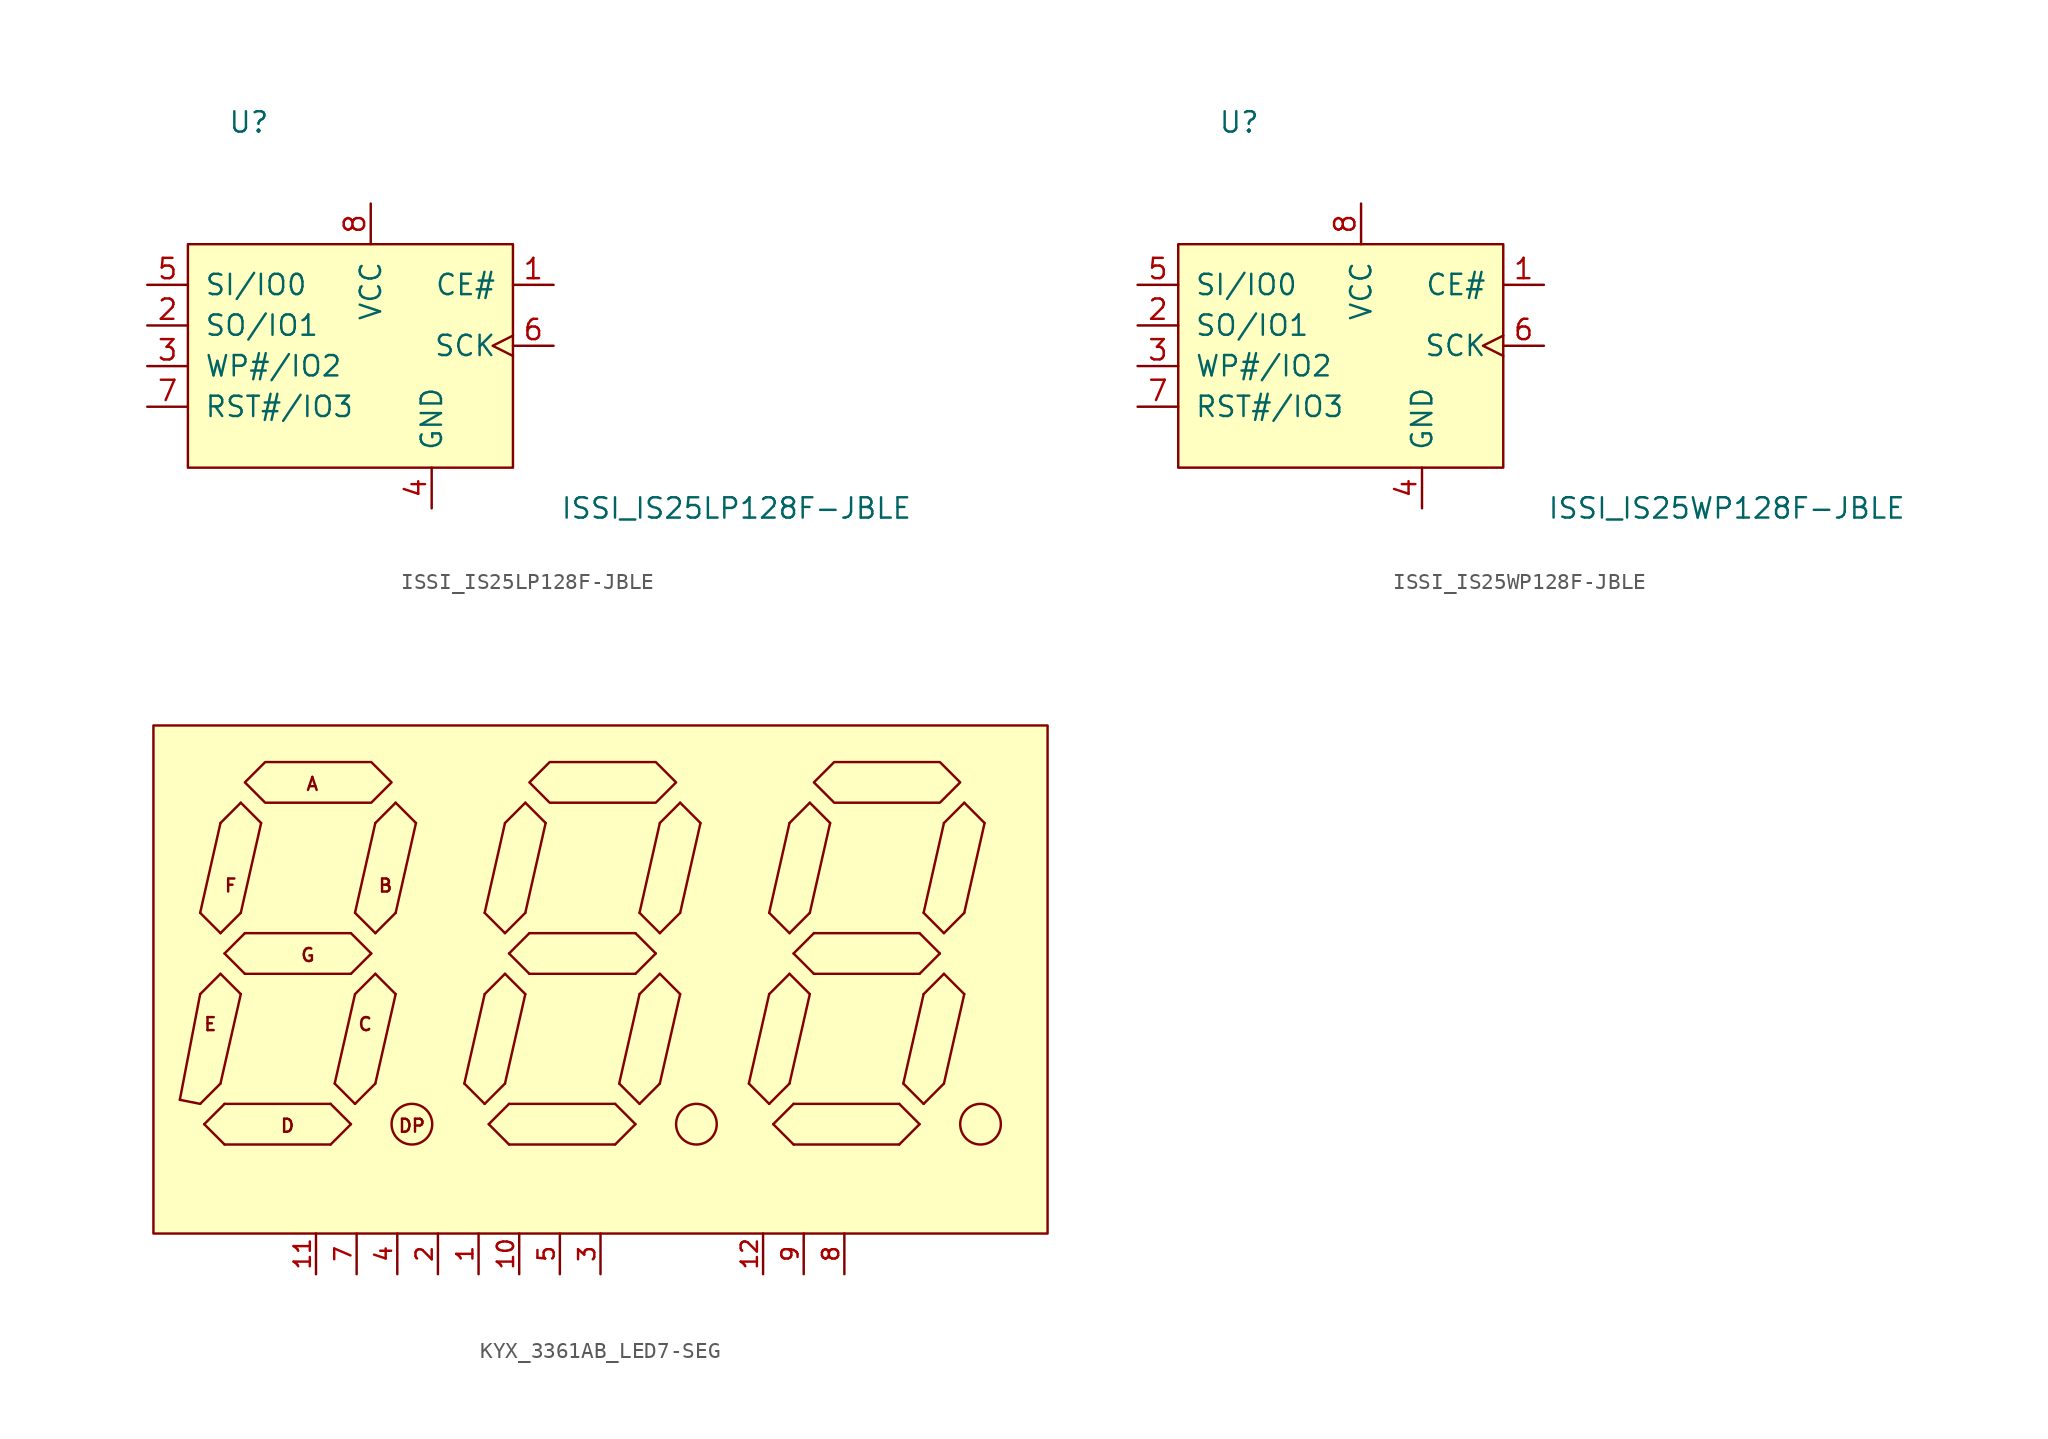
<source format=kicad_sym>
(kicad_symbol_lib
  (version 20211014)
  (generator kicad_symbol_editor)
  (symbol "ISSI_IS25LP128F-JBLE"
    (pin_names
      (offset 1.016))
    (property "Reference" "U"
      (at -6.35 15.24 0)
      (effects (font (size 1.27 1.27))))
    (property "Value" "ISSI_IS25LP128F-JBLE"
      (at 24.13 -8.89 0)
      (effects (font (size 1.27 1.27))))
    (symbol "ISSI_IS25LP128F-JBLE_0_1"
      (rectangle (start -10.16 7.62) (end 10.16 -6.35) (stroke (width 0) (type default) (color 0 0 0 0)) (fill (type background))))
    (symbol "ISSI_IS25LP128F-JBLE_1_1"
      (pin input line (at 12.7 5.08 180) (length 2.54) (name "CE#" (effects (font (size 1.27 1.27)))) (number "1" (effects (font (size 1.27 1.27)))))
      (pin bidirectional line (at -12.7 2.54 0) (length 2.54) (name "SO/IO1" (effects (font (size 1.27 1.27)))) (number "2" (effects (font (size 1.27 1.27)))))
      (pin bidirectional line (at -12.7 0 0) (length 2.54) (name "WP#/IO2" (effects (font (size 1.27 1.27)))) (number "3" (effects (font (size 1.27 1.27)))))
      (pin power_in line (at 5.08 -8.89 90) (length 2.54) (name "GND" (effects (font (size 1.27 1.27)))) (number "4" (effects (font (size 1.27 1.27)))))
      (pin bidirectional line (at -12.7 5.08 0) (length 2.54) (name "SI/IO0" (effects (font (size 1.27 1.27)))) (number "5" (effects (font (size 1.27 1.27)))))
      (pin input clock (at 12.7 1.27 180) (length 2.54) (name "SCK" (effects (font (size 1.27 1.27)))) (number "6" (effects (font (size 1.27 1.27)))))
      (pin bidirectional line (at -12.7 -2.54 0) (length 2.54) (name "RST#/IO3" (effects (font (size 1.27 1.27)))) (number "7" (effects (font (size 1.27 1.27)))))
      (pin power_in line (at 1.27 10.16 270) (length 2.54) (name "VCC" (effects (font (size 1.27 1.27)))) (number "8" (effects (font (size 1.27 1.27)))))))
  (symbol "ISSI_IS25WP128F-JBLE"
    (pin_names
      (offset 1.016))
    (property "Reference" "U"
      (at -6.35 15.24 0)
      (effects (font (size 1.27 1.27))))
    (property "Value" "ISSI_IS25WP128F-JBLE"
      (at 24.13 -8.89 0)
      (effects (font (size 1.27 1.27))))
    (symbol "ISSI_IS25WP128F-JBLE_0_1"
      (rectangle (start -10.16 7.62) (end 10.16 -6.35) (stroke (width 0) (type default) (color 0 0 0 0)) (fill (type background))))
    (symbol "ISSI_IS25WP128F-JBLE_1_1"
      (pin input line (at 12.7 5.08 180) (length 2.54) (name "CE#" (effects (font (size 1.27 1.27)))) (number "1" (effects (font (size 1.27 1.27)))))
      (pin bidirectional line (at -12.7 2.54 0) (length 2.54) (name "SO/IO1" (effects (font (size 1.27 1.27)))) (number "2" (effects (font (size 1.27 1.27)))))
      (pin bidirectional line (at -12.7 0 0) (length 2.54) (name "WP#/IO2" (effects (font (size 1.27 1.27)))) (number "3" (effects (font (size 1.27 1.27)))))
      (pin power_in line (at 5.08 -8.89 90) (length 2.54) (name "GND" (effects (font (size 1.27 1.27)))) (number "4" (effects (font (size 1.27 1.27)))))
      (pin bidirectional line (at -12.7 5.08 0) (length 2.54) (name "SI/IO0" (effects (font (size 1.27 1.27)))) (number "5" (effects (font (size 1.27 1.27)))))
      (pin input clock (at 12.7 1.27 180) (length 2.54) (name "SCK" (effects (font (size 1.27 1.27)))) (number "6" (effects (font (size 1.27 1.27)))))
      (pin bidirectional line (at -12.7 -2.54 0) (length 2.54) (name "RST#/IO3" (effects (font (size 1.27 1.27)))) (number "7" (effects (font (size 1.27 1.27)))))
      (pin power_in line (at 1.27 10.16 270) (length 2.54) (name "VCC" (effects (font (size 1.27 1.27)))) (number "8" (effects (font (size 1.27 1.27)))))))
  (symbol "KYX_3361AB_LED7-SEG"
    (pin_names
      (offset 1.016) hide)
    (property "Reference" "DISP"
      (at 0 20.32 0)
      (effects (font (size 1.143 1.143)) hide))
    (symbol "KYX_3361AB_LED7-SEG_1_0"
      (polyline (pts (xy -26.289 -6.883) (xy -25.019 -7.137)) (stroke (width 0) (type default) (color 0 0 0 0)) (fill (type none)))
      (polyline (pts (xy -25.019 -7.137) (xy -23.749 -5.867)) (stroke (width 0) (type default) (color 0 0 0 0)) (fill (type none)))
      (polyline (pts (xy -25.019 -0.279) (xy -26.289 -6.883)) (stroke (width 0) (type default) (color 0 0 0 0)) (fill (type none)))
      (polyline (pts (xy -25.019 4.801) (xy -23.749 3.531)) (stroke (width 0) (type default) (color 0 0 0 0)) (fill (type none)))
      (polyline (pts (xy -24.765 -8.407) (xy -23.495 -9.677)) (stroke (width 0) (type default) (color 0 0 0 0)) (fill (type none)))
      (polyline (pts (xy -24.765 -8.407) (xy -23.495 -7.137)) (stroke (width 0) (type default) (color 0 0 0 0)) (fill (type none)))
      (polyline (pts (xy -23.749 -5.867) (xy -22.479 -0.279)) (stroke (width 0) (type default) (color 0 0 0 0)) (fill (type none)))
      (polyline (pts (xy -23.749 0.991) (xy -25.019 -0.279)) (stroke (width 0) (type default) (color 0 0 0 0)) (fill (type none)))
      (polyline (pts (xy -23.749 0.991) (xy -22.479 -0.279)) (stroke (width 0) (type default) (color 0 0 0 0)) (fill (type none)))
      (polyline (pts (xy -23.749 3.531) (xy -22.479 4.801)) (stroke (width 0) (type default) (color 0 0 0 0)) (fill (type none)))
      (polyline (pts (xy -23.749 10.414) (xy -25.019 4.801)) (stroke (width 0) (type default) (color 0 0 0 0)) (fill (type none)))
      (polyline (pts (xy -23.495 -9.677) (xy -16.866 -9.677)) (stroke (width 0) (type default) (color 0 0 0 0)) (fill (type none)))
      (polyline (pts (xy -23.495 2.261) (xy -22.225 0.991)) (stroke (width 0) (type default) (color 0 0 0 0)) (fill (type none)))
      (polyline (pts (xy -23.495 2.261) (xy -22.225 3.531)) (stroke (width 0) (type default) (color 0 0 0 0)) (fill (type none)))
      (polyline (pts (xy -22.479 4.801) (xy -21.209 10.414)) (stroke (width 0) (type default) (color 0 0 0 0)) (fill (type none)))
      (polyline (pts (xy -22.479 11.684) (xy -23.749 10.414)) (stroke (width 0) (type default) (color 0 0 0 0)) (fill (type none)))
      (polyline (pts (xy -22.479 11.684) (xy -21.209 10.414)) (stroke (width 0) (type default) (color 0 0 0 0)) (fill (type none)))
      (polyline (pts (xy -22.225 0.991) (xy -15.596 0.991)) (stroke (width 0) (type default) (color 0 0 0 0)) (fill (type none)))
      (polyline (pts (xy -16.866 -9.677) (xy -15.596 -8.407)) (stroke (width 0) (type default) (color 0 0 0 0)) (fill (type none)))
      (polyline (pts (xy -16.866 -7.137) (xy -23.495 -7.137)) (stroke (width 0) (type default) (color 0 0 0 0)) (fill (type none)))
      (polyline (pts (xy -16.612 -5.867) (xy -15.342 -7.137)) (stroke (width 0) (type default) (color 0 0 0 0)) (fill (type none)))
      (polyline (pts (xy -15.596 -8.407) (xy -16.866 -7.137)) (stroke (width 0) (type default) (color 0 0 0 0)) (fill (type none)))
      (polyline (pts (xy -15.596 0.991) (xy -14.326 2.261)) (stroke (width 0) (type default) (color 0 0 0 0)) (fill (type none)))
      (polyline (pts (xy -15.596 3.531) (xy -22.225 3.531)) (stroke (width 0) (type default) (color 0 0 0 0)) (fill (type none)))
      (polyline (pts (xy -15.342 -7.137) (xy -14.072 -5.867)) (stroke (width 0) (type default) (color 0 0 0 0)) (fill (type none)))
      (polyline (pts (xy -15.342 -0.279) (xy -16.612 -5.867)) (stroke (width 0) (type default) (color 0 0 0 0)) (fill (type none)))
      (polyline (pts (xy -15.342 4.801) (xy -14.072 3.531)) (stroke (width 0) (type default) (color 0 0 0 0)) (fill (type none)))
      (polyline (pts (xy -14.326 2.261) (xy -15.596 3.531)) (stroke (width 0) (type default) (color 0 0 0 0)) (fill (type none)))
      (polyline (pts (xy -14.072 -5.867) (xy -12.802 -0.279)) (stroke (width 0) (type default) (color 0 0 0 0)) (fill (type none)))
      (polyline (pts (xy -14.072 0.991) (xy -15.342 -0.279)) (stroke (width 0) (type default) (color 0 0 0 0)) (fill (type none)))
      (polyline (pts (xy -14.072 0.991) (xy -12.802 -0.279)) (stroke (width 0) (type default) (color 0 0 0 0)) (fill (type none)))
      (polyline (pts (xy -14.072 3.531) (xy -12.802 4.801)) (stroke (width 0) (type default) (color 0 0 0 0)) (fill (type none)))
      (polyline (pts (xy -14.072 10.414) (xy -15.342 4.801)) (stroke (width 0) (type default) (color 0 0 0 0)) (fill (type none)))
      (polyline (pts (xy -12.802 4.801) (xy -11.532 10.414)) (stroke (width 0) (type default) (color 0 0 0 0)) (fill (type none)))
      (polyline (pts (xy -12.802 11.684) (xy -14.072 10.414)) (stroke (width 0) (type default) (color 0 0 0 0)) (fill (type none)))
      (polyline (pts (xy -12.802 11.684) (xy -11.532 10.414)) (stroke (width 0) (type default) (color 0 0 0 0)) (fill (type none)))
      (polyline (pts (xy -8.509 -5.867) (xy -7.239 -7.137)) (stroke (width 0) (type default) (color 0 0 0 0)) (fill (type none)))
      (polyline (pts (xy -7.239 -7.137) (xy -5.969 -5.867)) (stroke (width 0) (type default) (color 0 0 0 0)) (fill (type none)))
      (polyline (pts (xy -7.239 -0.279) (xy -8.509 -5.867)) (stroke (width 0) (type default) (color 0 0 0 0)) (fill (type none)))
      (polyline (pts (xy -7.239 4.801) (xy -5.969 3.531)) (stroke (width 0) (type default) (color 0 0 0 0)) (fill (type none)))
      (polyline (pts (xy -6.985 -8.407) (xy -5.715 -9.677)) (stroke (width 0) (type default) (color 0 0 0 0)) (fill (type none)))
      (polyline (pts (xy -6.985 -8.407) (xy -5.715 -7.137)) (stroke (width 0) (type default) (color 0 0 0 0)) (fill (type none)))
      (polyline (pts (xy -5.969 -5.867) (xy -4.699 -0.279)) (stroke (width 0) (type default) (color 0 0 0 0)) (fill (type none)))
      (polyline (pts (xy -5.969 0.991) (xy -7.239 -0.279)) (stroke (width 0) (type default) (color 0 0 0 0)) (fill (type none)))
      (polyline (pts (xy -5.969 0.991) (xy -4.699 -0.279)) (stroke (width 0) (type default) (color 0 0 0 0)) (fill (type none)))
      (polyline (pts (xy -5.969 3.531) (xy -4.699 4.801)) (stroke (width 0) (type default) (color 0 0 0 0)) (fill (type none)))
      (polyline (pts (xy -5.969 10.414) (xy -7.239 4.801)) (stroke (width 0) (type default) (color 0 0 0 0)) (fill (type none)))
      (polyline (pts (xy -5.715 -9.677) (xy 0.914 -9.677)) (stroke (width 0) (type default) (color 0 0 0 0)) (fill (type none)))
      (polyline (pts (xy -5.715 2.261) (xy -4.445 0.991)) (stroke (width 0) (type default) (color 0 0 0 0)) (fill (type none)))
      (polyline (pts (xy -5.715 2.261) (xy -4.445 3.531)) (stroke (width 0) (type default) (color 0 0 0 0)) (fill (type none)))
      (polyline (pts (xy -4.699 4.801) (xy -3.429 10.414)) (stroke (width 0) (type default) (color 0 0 0 0)) (fill (type none)))
      (polyline (pts (xy -4.699 11.684) (xy -5.969 10.414)) (stroke (width 0) (type default) (color 0 0 0 0)) (fill (type none)))
      (polyline (pts (xy -4.699 11.684) (xy -3.429 10.414)) (stroke (width 0) (type default) (color 0 0 0 0)) (fill (type none)))
      (polyline (pts (xy -4.445 0.991) (xy 2.184 0.991)) (stroke (width 0) (type default) (color 0 0 0 0)) (fill (type none)))
      (polyline (pts (xy 0.914 -9.677) (xy 2.184 -8.407)) (stroke (width 0) (type default) (color 0 0 0 0)) (fill (type none)))
      (polyline (pts (xy 0.914 -7.137) (xy -5.715 -7.137)) (stroke (width 0) (type default) (color 0 0 0 0)) (fill (type none)))
      (polyline (pts (xy 1.168 -5.867) (xy 2.438 -7.137)) (stroke (width 0) (type default) (color 0 0 0 0)) (fill (type none)))
      (polyline (pts (xy 2.184 -8.407) (xy 0.914 -7.137)) (stroke (width 0) (type default) (color 0 0 0 0)) (fill (type none)))
      (polyline (pts (xy 2.184 0.991) (xy 3.454 2.261)) (stroke (width 0) (type default) (color 0 0 0 0)) (fill (type none)))
      (polyline (pts (xy 2.184 3.531) (xy -4.445 3.531)) (stroke (width 0) (type default) (color 0 0 0 0)) (fill (type none)))
      (polyline (pts (xy 2.438 -7.137) (xy 3.708 -5.867)) (stroke (width 0) (type default) (color 0 0 0 0)) (fill (type none)))
      (polyline (pts (xy 2.438 -0.279) (xy 1.168 -5.867)) (stroke (width 0) (type default) (color 0 0 0 0)) (fill (type none)))
      (polyline (pts (xy 2.438 4.801) (xy 3.708 3.531)) (stroke (width 0) (type default) (color 0 0 0 0)) (fill (type none)))
      (polyline (pts (xy 3.454 2.261) (xy 2.184 3.531)) (stroke (width 0) (type default) (color 0 0 0 0)) (fill (type none)))
      (polyline (pts (xy 3.708 -5.867) (xy 4.978 -0.279)) (stroke (width 0) (type default) (color 0 0 0 0)) (fill (type none)))
      (polyline (pts (xy 3.708 0.991) (xy 2.438 -0.279)) (stroke (width 0) (type default) (color 0 0 0 0)) (fill (type none)))
      (polyline (pts (xy 3.708 0.991) (xy 4.978 -0.279)) (stroke (width 0) (type default) (color 0 0 0 0)) (fill (type none)))
      (polyline (pts (xy 3.708 3.531) (xy 4.978 4.801)) (stroke (width 0) (type default) (color 0 0 0 0)) (fill (type none)))
      (polyline (pts (xy 3.708 10.414) (xy 2.438 4.801)) (stroke (width 0) (type default) (color 0 0 0 0)) (fill (type none)))
      (polyline (pts (xy 4.978 4.801) (xy 6.248 10.414)) (stroke (width 0) (type default) (color 0 0 0 0)) (fill (type none)))
      (polyline (pts (xy 4.978 11.684) (xy 3.708 10.414)) (stroke (width 0) (type default) (color 0 0 0 0)) (fill (type none)))
      (polyline (pts (xy 4.978 11.684) (xy 6.248 10.414)) (stroke (width 0) (type default) (color 0 0 0 0)) (fill (type none)))
      (polyline (pts (xy 9.271 -5.867) (xy 10.541 -7.137)) (stroke (width 0) (type default) (color 0 0 0 0)) (fill (type none)))
      (polyline (pts (xy 10.541 -7.137) (xy 11.811 -5.867)) (stroke (width 0) (type default) (color 0 0 0 0)) (fill (type none)))
      (polyline (pts (xy 10.541 -0.279) (xy 9.271 -5.867)) (stroke (width 0) (type default) (color 0 0 0 0)) (fill (type none)))
      (polyline (pts (xy 10.541 4.801) (xy 11.811 3.531)) (stroke (width 0) (type default) (color 0 0 0 0)) (fill (type none)))
      (polyline (pts (xy 10.795 -8.407) (xy 12.065 -9.677)) (stroke (width 0) (type default) (color 0 0 0 0)) (fill (type none)))
      (polyline (pts (xy 10.795 -8.407) (xy 12.065 -7.137)) (stroke (width 0) (type default) (color 0 0 0 0)) (fill (type none)))
      (polyline (pts (xy 11.811 -5.867) (xy 13.081 -0.279)) (stroke (width 0) (type default) (color 0 0 0 0)) (fill (type none)))
      (polyline (pts (xy 11.811 0.991) (xy 10.541 -0.279)) (stroke (width 0) (type default) (color 0 0 0 0)) (fill (type none)))
      (polyline (pts (xy 11.811 0.991) (xy 13.081 -0.279)) (stroke (width 0) (type default) (color 0 0 0 0)) (fill (type none)))
      (polyline (pts (xy 11.811 3.531) (xy 13.081 4.801)) (stroke (width 0) (type default) (color 0 0 0 0)) (fill (type none)))
      (polyline (pts (xy 11.811 10.414) (xy 10.541 4.801)) (stroke (width 0) (type default) (color 0 0 0 0)) (fill (type none)))
      (polyline (pts (xy 12.065 -9.677) (xy 18.669 -9.677)) (stroke (width 0) (type default) (color 0 0 0 0)) (fill (type none)))
      (polyline (pts (xy 12.065 2.261) (xy 13.335 0.991)) (stroke (width 0) (type default) (color 0 0 0 0)) (fill (type none)))
      (polyline (pts (xy 12.065 2.261) (xy 13.335 3.531)) (stroke (width 0) (type default) (color 0 0 0 0)) (fill (type none)))
      (polyline (pts (xy 13.081 4.801) (xy 14.351 10.414)) (stroke (width 0) (type default) (color 0 0 0 0)) (fill (type none)))
      (polyline (pts (xy 13.081 11.684) (xy 11.811 10.414)) (stroke (width 0) (type default) (color 0 0 0 0)) (fill (type none)))
      (polyline (pts (xy 13.081 11.684) (xy 14.351 10.414)) (stroke (width 0) (type default) (color 0 0 0 0)) (fill (type none)))
      (polyline (pts (xy 13.335 0.991) (xy 19.939 0.991)) (stroke (width 0) (type default) (color 0 0 0 0)) (fill (type none)))
      (polyline (pts (xy 18.669 -9.677) (xy 19.939 -8.407)) (stroke (width 0) (type default) (color 0 0 0 0)) (fill (type none)))
      (polyline (pts (xy 18.669 -7.137) (xy 12.065 -7.137)) (stroke (width 0) (type default) (color 0 0 0 0)) (fill (type none)))
      (polyline (pts (xy 18.923 -5.867) (xy 20.193 -7.137)) (stroke (width 0) (type default) (color 0 0 0 0)) (fill (type none)))
      (polyline (pts (xy 19.939 -8.407) (xy 18.669 -7.137)) (stroke (width 0) (type default) (color 0 0 0 0)) (fill (type none)))
      (polyline (pts (xy 19.939 0.991) (xy 21.209 2.261)) (stroke (width 0) (type default) (color 0 0 0 0)) (fill (type none)))
      (polyline (pts (xy 19.939 3.531) (xy 13.335 3.531)) (stroke (width 0) (type default) (color 0 0 0 0)) (fill (type none)))
      (polyline (pts (xy 20.193 -7.137) (xy 21.463 -5.867)) (stroke (width 0) (type default) (color 0 0 0 0)) (fill (type none)))
      (polyline (pts (xy 20.193 -0.279) (xy 18.923 -5.867)) (stroke (width 0) (type default) (color 0 0 0 0)) (fill (type none)))
      (polyline (pts (xy 20.193 4.801) (xy 21.463 3.531)) (stroke (width 0) (type default) (color 0 0 0 0)) (fill (type none)))
      (polyline (pts (xy 21.209 2.261) (xy 19.939 3.531)) (stroke (width 0) (type default) (color 0 0 0 0)) (fill (type none)))
      (polyline (pts (xy 21.463 -5.867) (xy 22.733 -0.279)) (stroke (width 0) (type default) (color 0 0 0 0)) (fill (type none)))
      (polyline (pts (xy 21.463 0.991) (xy 20.193 -0.279)) (stroke (width 0) (type default) (color 0 0 0 0)) (fill (type none)))
      (polyline (pts (xy 21.463 0.991) (xy 22.733 -0.279)) (stroke (width 0) (type default) (color 0 0 0 0)) (fill (type none)))
      (polyline (pts (xy 21.463 3.531) (xy 22.733 4.801)) (stroke (width 0) (type default) (color 0 0 0 0)) (fill (type none)))
      (polyline (pts (xy 21.463 10.414) (xy 20.193 4.801)) (stroke (width 0) (type default) (color 0 0 0 0)) (fill (type none)))
      (polyline (pts (xy 22.733 4.801) (xy 24.003 10.414)) (stroke (width 0) (type default) (color 0 0 0 0)) (fill (type none)))
      (polyline (pts (xy 22.733 11.684) (xy 21.463 10.414)) (stroke (width 0) (type default) (color 0 0 0 0)) (fill (type none)))
      (polyline (pts (xy 22.733 11.684) (xy 24.003 10.414)) (stroke (width 0) (type default) (color 0 0 0 0)) (fill (type none)))
      (text "A" (at -18.009 12.852 0) (effects (font (size 0.813 0.813))))
      (text "B" (at -13.437 6.502 0) (effects (font (size 0.813 0.813))))
      (text "C" (at -14.707 -2.159 0) (effects (font (size 0.813 0.813))))
      (text "D" (at -19.558 -8.509 0) (effects (font (size 0.813 0.813))))
      (text "DP" (at -11.786 -8.509 0) (effects (font (size 0.813 0.813))))
      (text "E" (at -24.384 -2.159 0) (effects (font (size 0.813 0.813))))
      (text "F" (at -23.114 6.502 0) (effects (font (size 0.813 0.813))))
      (text "G" (at -18.288 2.159 0) (effects (font (size 0.813 0.813)))))
    (symbol "KYX_3361AB_LED7-SEG_1_1"
      (circle (center -11.786 -8.407) (radius 1.27) (stroke (width 0) (type default) (color 0 0 0 0)) (fill (type none)))
      (polyline (pts (xy -27.94 16.51) (xy 27.94 16.51) (xy 27.94 5.08) (xy 27.94 -15.24) (xy -27.94 -15.24) (xy -27.94 0) (xy -27.94 16.51)) (stroke (width 0) (type default) (color 0 0 0 0)) (fill (type background)))
      (polyline (pts (xy -14.326 14.224) (xy -13.056 12.954) (xy -14.326 11.684) (xy -20.955 11.684) (xy -22.225 12.954) (xy -20.955 14.224) (xy -14.326 14.224)) (stroke (width 0) (type default) (color 0 0 0 0)) (fill (type background)))
      (polyline (pts (xy 3.454 14.224) (xy 4.724 12.954) (xy 3.454 11.684) (xy -3.175 11.684) (xy -4.445 12.954) (xy -3.175 14.224) (xy 3.454 14.224)) (stroke (width 0) (type default) (color 0 0 0 0)) (fill (type background)))
      (polyline (pts (xy 21.209 14.224) (xy 22.479 12.954) (xy 21.209 11.684) (xy 14.605 11.684) (xy 13.335 12.954) (xy 14.605 14.224) (xy 21.209 14.224)) (stroke (width 0) (type default) (color 0 0 0 0)) (fill (type background)))
      (circle (center 5.994 -8.407) (radius 1.27) (stroke (width 0) (type default) (color 0 0 0 0)) (fill (type none)))
      (circle (center 23.749 -8.407) (radius 1.27) (stroke (width 0) (type default) (color 0 0 0 0)) (fill (type none)))
      (pin bidirectional line (at -7.62 -17.78 90) (length 2.54) (name "E" (effects (font (size 1.016 1.016)))) (number "1" (effects (font (size 1.016 1.016)))))
      (pin bidirectional line (at -5.08 -17.78 90) (length 2.54) (name "F" (effects (font (size 1.016 1.016)))) (number "10" (effects (font (size 1.016 1.016)))))
      (pin bidirectional line (at -17.78 -17.78 90) (length 2.54) (name "A" (effects (font (size 1.016 1.016)))) (number "11" (effects (font (size 1.016 1.016)))))
      (pin bidirectional line (at 10.16 -17.78 90) (length 2.54) (name "D1" (effects (font (size 1.016 1.016)))) (number "12" (effects (font (size 1.016 1.016)))))
      (pin bidirectional line (at -10.16 -17.78 90) (length 2.54) (name "D" (effects (font (size 1.016 1.016)))) (number "2" (effects (font (size 1.016 1.016)))))
      (pin bidirectional line (at 0 -17.78 90) (length 2.54) (name "DP" (effects (font (size 1.016 1.016)))) (number "3" (effects (font (size 1.016 1.016)))))
      (pin bidirectional line (at -12.7 -17.78 90) (length 2.54) (name "C" (effects (font (size 1.016 1.016)))) (number "4" (effects (font (size 1.016 1.016)))))
      (pin bidirectional line (at -2.54 -17.78 90) (length 2.54) (name "G" (effects (font (size 1.016 1.016)))) (number "5" (effects (font (size 1.016 1.016)))))
      (pin bidirectional line (at -15.24 -17.78 90) (length 2.54) (name "B" (effects (font (size 1.016 1.016)))) (number "7" (effects (font (size 1.016 1.016)))))
      (pin bidirectional line (at 15.24 -17.78 90) (length 2.54) (name "D3" (effects (font (size 1.016 1.016)))) (number "8" (effects (font (size 1.016 1.016)))))
      (pin bidirectional line (at 12.7 -17.78 90) (length 2.54) (name "D2" (effects (font (size 1.016 1.016)))) (number "9" (effects (font (size 1.016 1.016))))))))
</source>
